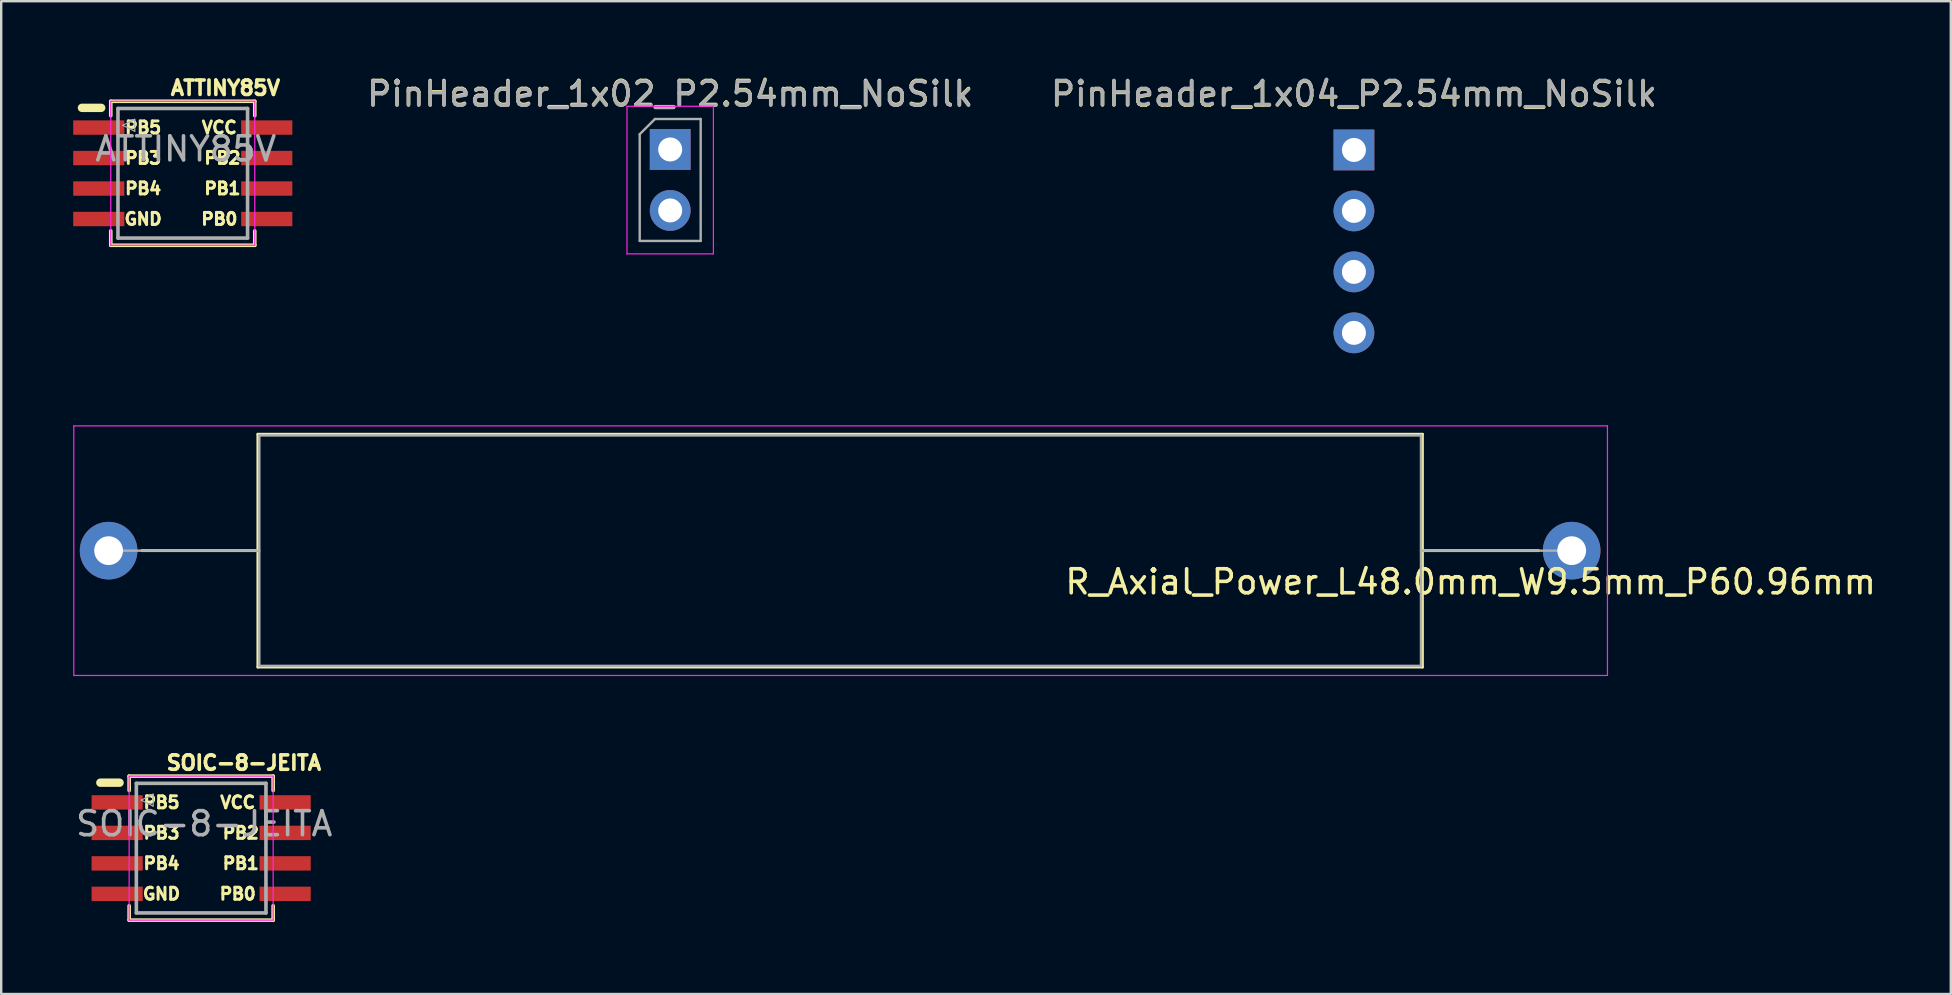
<source format=kicad_pcb>
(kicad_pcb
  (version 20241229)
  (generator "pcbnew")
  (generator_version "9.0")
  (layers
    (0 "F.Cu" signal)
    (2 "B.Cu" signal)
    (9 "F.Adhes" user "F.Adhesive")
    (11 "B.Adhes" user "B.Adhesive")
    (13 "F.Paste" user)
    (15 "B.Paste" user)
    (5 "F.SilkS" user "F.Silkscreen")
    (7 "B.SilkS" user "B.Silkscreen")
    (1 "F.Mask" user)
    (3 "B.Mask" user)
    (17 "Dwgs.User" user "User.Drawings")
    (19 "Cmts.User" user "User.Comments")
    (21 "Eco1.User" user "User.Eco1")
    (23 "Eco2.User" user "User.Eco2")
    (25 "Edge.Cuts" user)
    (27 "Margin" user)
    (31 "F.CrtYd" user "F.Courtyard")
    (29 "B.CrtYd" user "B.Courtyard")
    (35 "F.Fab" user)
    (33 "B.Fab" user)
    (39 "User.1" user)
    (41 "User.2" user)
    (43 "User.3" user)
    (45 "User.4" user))
  (footprint "R_Axial_Power_L48.0mm_W9.5mm_P60.96mm"
    (layer "F.Cu")
    (at 1.475 19.893)
    (property "Reference" "R_Axial_Power_L48.0mm_W9.5mm_P60.96mm" (at 56.75 1.3 0) (layer "F.SilkS") (effects (font (size 1 1) (thickness 0.15))))
    (attr through_hole)
    (fp_line (start 1.38 0) (end 6.22 0) (stroke (width 0.12) (type solid)) (layer "F.SilkS"))
    (fp_line (start 6.22 -4.85) (end 6.22 4.85) (stroke (width 0.12) (type solid)) (layer "F.SilkS"))
    (fp_line (start 6.22 4.85) (end 54.74 4.85) (stroke (width 0.12) (type solid)) (layer "F.SilkS"))
    (fp_line (start 54.74 -4.85) (end 6.22 -4.85) (stroke (width 0.12) (type solid)) (layer "F.SilkS"))
    (fp_line (start 54.74 4.85) (end 54.74 -4.85) (stroke (width 0.12) (type solid)) (layer "F.SilkS"))
    (fp_line (start 59.58 0) (end 54.74 0) (stroke (width 0.12) (type solid)) (layer "F.SilkS"))
    (fp_line (start -1.45 -5.2) (end -1.45 5.2) (stroke (width 0.05) (type solid)) (layer "F.CrtYd"))
    (fp_line (start -1.45 5.2) (end 62.45 5.2) (stroke (width 0.05) (type solid)) (layer "F.CrtYd"))
    (fp_line (start 62.45 -5.2) (end -1.45 -5.2) (stroke (width 0.05) (type solid)) (layer "F.CrtYd"))
    (fp_line (start 62.45 5.2) (end 62.45 -5.2) (stroke (width 0.05) (type solid)) (layer "F.CrtYd"))
    (fp_line (start 0 0) (end 6.28 0) (stroke (width 0.1) (type solid)) (layer "F.Fab"))
    (fp_line (start 6.28 -4.8) (end 6.28 4.8) (stroke (width 0.1) (type solid)) (layer "F.Fab"))
    (fp_line (start 6.28 4.8) (end 54.68 4.8) (stroke (width 0.1) (type solid)) (layer "F.Fab"))
    (fp_line (start 54.68 -4.8) (end 6.28 -4.8) (stroke (width 0.1) (type solid)) (layer "F.Fab"))
    (fp_line (start 54.68 4.8) (end 54.68 -4.8) (stroke (width 0.1) (type solid)) (layer "F.Fab"))
    (fp_line (start 60.96 0) (end 54.68 0) (stroke (width 0.1) (type solid)) (layer "F.Fab"))
    (pad "1" thru_hole circle (at 0 0) (size 2.4 2.4) (drill 1.2) (layers "*.Cu" "*.Mask"))
    (pad "2" thru_hole oval (at 60.96 0) (size 2.4 2.4) (drill 1.2) (layers "*.Cu" "*.Mask")))
  (footprint "PinHeader_1x02_P2.54mm_NoSilk"
    (layer "F.Cu")
    (at 24.874 3.178)
    (property "Reference" "PinHeader_1x02_P2.54mm_NoSilk" (at 0 -2.33 0) (layer "F.SilkS") (effects (font (size 1 1) (thickness 0.15))))
    (attr through_hole)
    (fp_line (start -1.8 -1.8) (end -1.8 4.35) (stroke (width 0.05) (type solid)) (layer "F.CrtYd"))
    (fp_line (start -1.8 4.35) (end 1.8 4.35) (stroke (width 0.05) (type solid)) (layer "F.CrtYd"))
    (fp_line (start 1.8 -1.8) (end -1.8 -1.8) (stroke (width 0.05) (type solid)) (layer "F.CrtYd"))
    (fp_line (start 1.8 4.35) (end 1.8 -1.8) (stroke (width 0.05) (type solid)) (layer "F.CrtYd"))
    (fp_line (start -1.27 -0.635) (end -0.635 -1.27) (stroke (width 0.1) (type solid)) (layer "F.Fab"))
    (fp_line (start -1.27 3.81) (end -1.27 -0.635) (stroke (width 0.1) (type solid)) (layer "F.Fab"))
    (fp_line (start -0.635 -1.27) (end 1.27 -1.27) (stroke (width 0.1) (type solid)) (layer "F.Fab"))
    (fp_line (start 1.27 -1.27) (end 1.27 3.81) (stroke (width 0.1) (type solid)) (layer "F.Fab"))
    (fp_line (start 1.27 3.81) (end -1.27 3.81) (stroke (width 0.1) (type solid)) (layer "F.Fab"))
    (fp_text user "${REFERENCE}" (at 0 -2.3 180) (layer "F.Fab") (effects (font (size 1 1) (thickness 0.15))))
    (pad "1" thru_hole rect (at 0 0) (size 1.7 1.7) (drill 1) (layers "*.Cu" "*.Mask"))
    (pad "2" thru_hole oval (at 0 2.54) (size 1.7 1.7) (drill 1) (layers "*.Cu" "*.Mask")))
  (footprint "ATTINY85V"
    (layer "F.Cu")
    (at 4.565 4.17)
    (property "Reference" "ATTINY85V" (at 1.778 -3.556 0) (layer "F.SilkS") (effects (font (size 0.6 0.6) (thickness 0.15))))
    (attr smd)
    (fp_line (start -3.4 -2.727) (end -4.2 -2.727) (stroke (width 0.35) (type solid)) (layer "F.SilkS"))
    (fp_line (start -3 -3) (end -3 -2.4) (stroke (width 0.15) (type solid)) (layer "F.SilkS"))
    (fp_line (start -3 -3) (end 3 -3) (stroke (width 0.15) (type solid)) (layer "F.SilkS"))
    (fp_line (start -3 3) (end -3 2.4) (stroke (width 0.15) (type solid)) (layer "F.SilkS"))
    (fp_line (start -3 3) (end 3 3) (stroke (width 0.15) (type solid)) (layer "F.SilkS"))
    (fp_line (start 3 -3) (end 3 -2.4) (stroke (width 0.15) (type solid)) (layer "F.SilkS"))
    (fp_line (start 3 2.4) (end 3 3) (stroke (width 0.15) (type solid)) (layer "F.SilkS"))
    (fp_line (start -3 -3) (end -3 3) (stroke (width 0.05) (type solid)) (layer "F.CrtYd"))
    (fp_line (start -3 -3) (end 3 -3) (stroke (width 0.05) (type solid)) (layer "F.CrtYd"))
    (fp_line (start -3 3) (end 3 3) (stroke (width 0.05) (type solid)) (layer "F.CrtYd"))
    (fp_line (start 3 -3) (end 3 3) (stroke (width 0.05) (type solid)) (layer "F.CrtYd"))
    (fp_line (start -2.7 -2.7) (end -2.7 2.7) (stroke (width 0.15) (type solid)) (layer "F.Fab"))
    (fp_line (start -2.7 2.7) (end 2.7 2.7) (stroke (width 0.15) (type solid)) (layer "F.Fab"))
    (fp_line (start -2.5 -2) (end -2 -2.25) (stroke (width 0.05) (type solid)) (layer "F.Fab"))
    (fp_line (start -2 -2.25) (end -2 -1.75) (stroke (width 0.05) (type solid)) (layer "F.Fab"))
    (fp_line (start -2 -1.75) (end -2.5 -2) (stroke (width 0.05) (type solid)) (layer "F.Fab"))
    (fp_line (start 2.7 -2.7) (end -2.7 -2.7) (stroke (width 0.15) (type solid)) (layer "F.Fab"))
    (fp_line (start 2.7 2.7) (end 2.7 -2.7) (stroke (width 0.15) (type solid)) (layer "F.Fab"))
    (fp_text user "PB0" (at 1.524 1.905 0) (layer "F.SilkS") (effects (font (size 0.5 0.5) (thickness 0.125))))
    (fp_text user "PB4" (at -1.651 0.635 0) (layer "F.SilkS") (effects (font (size 0.5 0.5) (thickness 0.125))))
    (fp_text user "PB1" (at 1.651 0.635 0) (layer "F.SilkS") (effects (font (size 0.5 0.5) (thickness 0.125))))
    (fp_text user "PB3" (at -1.651 -0.635 0) (layer "F.SilkS") (effects (font (size 0.5 0.5) (thickness 0.125))))
    (fp_text user "GND" (at -1.651 1.905 0) (layer "F.SilkS") (effects (font (size 0.5 0.5) (thickness 0.125))))
    (fp_text user "PB5" (at -1.651 -1.905 0) (layer "F.SilkS") (effects (font (size 0.5 0.5) (thickness 0.125))))
    (fp_text user "PB2" (at 1.651 -0.635 0) (layer "F.SilkS") (effects (font (size 0.5 0.5) (thickness 0.125))))
    (fp_text user "VCC" (at 1.524 -1.905 0) (layer "F.SilkS") (effects (font (size 0.5 0.5) (thickness 0.125))))
    (fp_text user "${REFERENCE}" (at 0.127 -1.016 0) (layer "F.Fab") (effects (font (size 1 1) (thickness 0.15))))
    (pad "1" smd rect (at -3.5 -1.905) (size 2.13 0.6) (layers "F.Cu" "F.Mask" "F.Paste"))
    (pad "2" smd rect (at -3.5 -0.635) (size 2.13 0.6) (layers "F.Cu" "F.Mask" "F.Paste"))
    (pad "3" smd rect (at -3.5 0.635) (size 2.13 0.6) (layers "F.Cu" "F.Mask" "F.Paste"))
    (pad "4" smd rect (at -3.5 1.905) (size 2.13 0.6) (layers "F.Cu" "F.Mask" "F.Paste"))
    (pad "5" smd rect (at 3.5 1.905) (size 2.13 0.6) (layers "F.Cu" "F.Mask" "F.Paste"))
    (pad "6" smd rect (at 3.5 0.635) (size 2.13 0.6) (layers "F.Cu" "F.Mask" "F.Paste"))
    (pad "7" smd rect (at 3.5 -0.635) (size 2.13 0.6) (layers "F.Cu" "F.Mask" "F.Paste"))
    (pad "8" smd rect (at 3.5 -1.905) (size 2.13 0.6) (layers "F.Cu" "F.Mask" "F.Paste")))
  (footprint "SOIC−8-JEITA"
    (layer "F.Cu")
    (at 5.331 32.288)
    (property "Reference" "SOIC−8-JEITA" (at 1.778 -3.556 0) (layer "F.SilkS") (effects (font (size 0.6 0.6) (thickness 0.15))))
    (attr smd)
    (fp_line (start -3.4 -2.727) (end -4.2 -2.727) (stroke (width 0.35) (type solid)) (layer "F.SilkS"))
    (fp_line (start -3 -3) (end -3 -2.4) (stroke (width 0.15) (type solid)) (layer "F.SilkS"))
    (fp_line (start -3 -3) (end 3 -3) (stroke (width 0.15) (type solid)) (layer "F.SilkS"))
    (fp_line (start -3 3) (end -3 2.4) (stroke (width 0.15) (type solid)) (layer "F.SilkS"))
    (fp_line (start -3 3) (end 3 3) (stroke (width 0.15) (type solid)) (layer "F.SilkS"))
    (fp_line (start 3 -3) (end 3 -2.4) (stroke (width 0.15) (type solid)) (layer "F.SilkS"))
    (fp_line (start 3 2.4) (end 3 3) (stroke (width 0.15) (type solid)) (layer "F.SilkS"))
    (fp_line (start -3 -3) (end -3 3) (stroke (width 0.05) (type solid)) (layer "F.CrtYd"))
    (fp_line (start -3 -3) (end 3 -3) (stroke (width 0.05) (type solid)) (layer "F.CrtYd"))
    (fp_line (start -3 3) (end 3 3) (stroke (width 0.05) (type solid)) (layer "F.CrtYd"))
    (fp_line (start 3 -3) (end 3 3) (stroke (width 0.05) (type solid)) (layer "F.CrtYd"))
    (fp_line (start -2.7 -2.7) (end -2.7 2.7) (stroke (width 0.15) (type solid)) (layer "F.Fab"))
    (fp_line (start -2.7 2.7) (end 2.7 2.7) (stroke (width 0.15) (type solid)) (layer "F.Fab"))
    (fp_line (start -2.5 -2) (end -2 -2.25) (stroke (width 0.05) (type solid)) (layer "F.Fab"))
    (fp_line (start -2 -2.25) (end -2 -1.75) (stroke (width 0.05) (type solid)) (layer "F.Fab"))
    (fp_line (start -2 -1.75) (end -2.5 -2) (stroke (width 0.05) (type solid)) (layer "F.Fab"))
    (fp_line (start 2.7 -2.7) (end -2.7 -2.7) (stroke (width 0.15) (type solid)) (layer "F.Fab"))
    (fp_line (start 2.7 2.7) (end 2.7 -2.7) (stroke (width 0.15) (type solid)) (layer "F.Fab"))
    (fp_text user "PB1" (at 1.651 0.635 0) (layer "F.SilkS") (effects (font (size 0.5 0.5) (thickness 0.125))))
    (fp_text user "PB3" (at -1.651 -0.635 0) (layer "F.SilkS") (effects (font (size 0.5 0.5) (thickness 0.125))))
    (fp_text user "PB5" (at -1.651 -1.905 0) (layer "F.SilkS") (effects (font (size 0.5 0.5) (thickness 0.125))))
    (fp_text user "PB2" (at 1.651 -0.635 0) (layer "F.SilkS") (effects (font (size 0.5 0.5) (thickness 0.125))))
    (fp_text user "PB4" (at -1.651 0.635 0) (layer "F.SilkS") (effects (font (size 0.5 0.5) (thickness 0.125))))
    (fp_text user "PB0" (at 1.524 1.905 0) (layer "F.SilkS") (effects (font (size 0.5 0.5) (thickness 0.125))))
    (fp_text user "VCC" (at 1.524 -1.905 0) (layer "F.SilkS") (effects (font (size 0.5 0.5) (thickness 0.125))))
    (fp_text user "GND" (at -1.651 1.905 0) (layer "F.SilkS") (effects (font (size 0.5 0.5) (thickness 0.125))))
    (fp_text user "${REFERENCE}" (at 0.127 -1.016 0) (layer "F.Fab") (effects (font (size 1 1) (thickness 0.15))))
    (pad "1" smd rect (at -3.5 -1.905) (size 2.13 0.6) (layers "F.Cu" "F.Mask" "F.Paste"))
    (pad "2" smd rect (at -3.5 -0.635) (size 2.13 0.6) (layers "F.Cu" "F.Mask" "F.Paste"))
    (pad "3" smd rect (at -3.5 0.635) (size 2.13 0.6) (layers "F.Cu" "F.Mask" "F.Paste"))
    (pad "4" smd rect (at -3.5 1.905) (size 2.13 0.6) (layers "F.Cu" "F.Mask" "F.Paste"))
    (pad "5" smd rect (at 3.5 1.905) (size 2.13 0.6) (layers "F.Cu" "F.Mask" "F.Paste"))
    (pad "6" smd rect (at 3.5 0.635) (size 2.13 0.6) (layers "F.Cu" "F.Mask" "F.Paste"))
    (pad "7" smd rect (at 3.5 -0.635) (size 2.13 0.6) (layers "F.Cu" "F.Mask" "F.Paste"))
    (pad "8" smd rect (at 3.5 -1.905) (size 2.13 0.6) (layers "F.Cu" "F.Mask" "F.Paste")))
  (footprint "PinHeader_1x04_P2.54mm_NoSilk"
    (layer "F.Cu")
    (at 53.362 3.198)
    (property "Reference" "PinHeader_1x04_P2.54mm_NoSilk" (at 0 -2.33 0) (layer "F.SilkS") (effects (font (size 1 1) (thickness 0.15))))
    (attr through_hole)
    (fp_text user "${REFERENCE}" (at 0 -2.35 180) (layer "F.Fab") (effects (font (size 1 1) (thickness 0.15))))
    (pad "1" thru_hole rect (at 0 0) (size 1.7 1.7) (drill 1) (layers "*.Cu" "*.Mask"))
    (pad "2" thru_hole oval (at 0 2.54) (size 1.7 1.7) (drill 1) (layers "*.Cu" "*.Mask"))
    (pad "3" thru_hole oval (at 0 5.08) (size 1.7 1.7) (drill 1) (layers "*.Cu" "*.Mask"))
    (pad "4" thru_hole oval (at 0 7.62) (size 1.7 1.7) (drill 1) (layers "*.Cu" "*.Mask")))
  (gr_rect
    (start -3 -3)
    (end 78.231 38.364)
    (stroke (width 0.1) (type default))
    (fill no)
    (layer "Edge.Cuts")))
</source>
